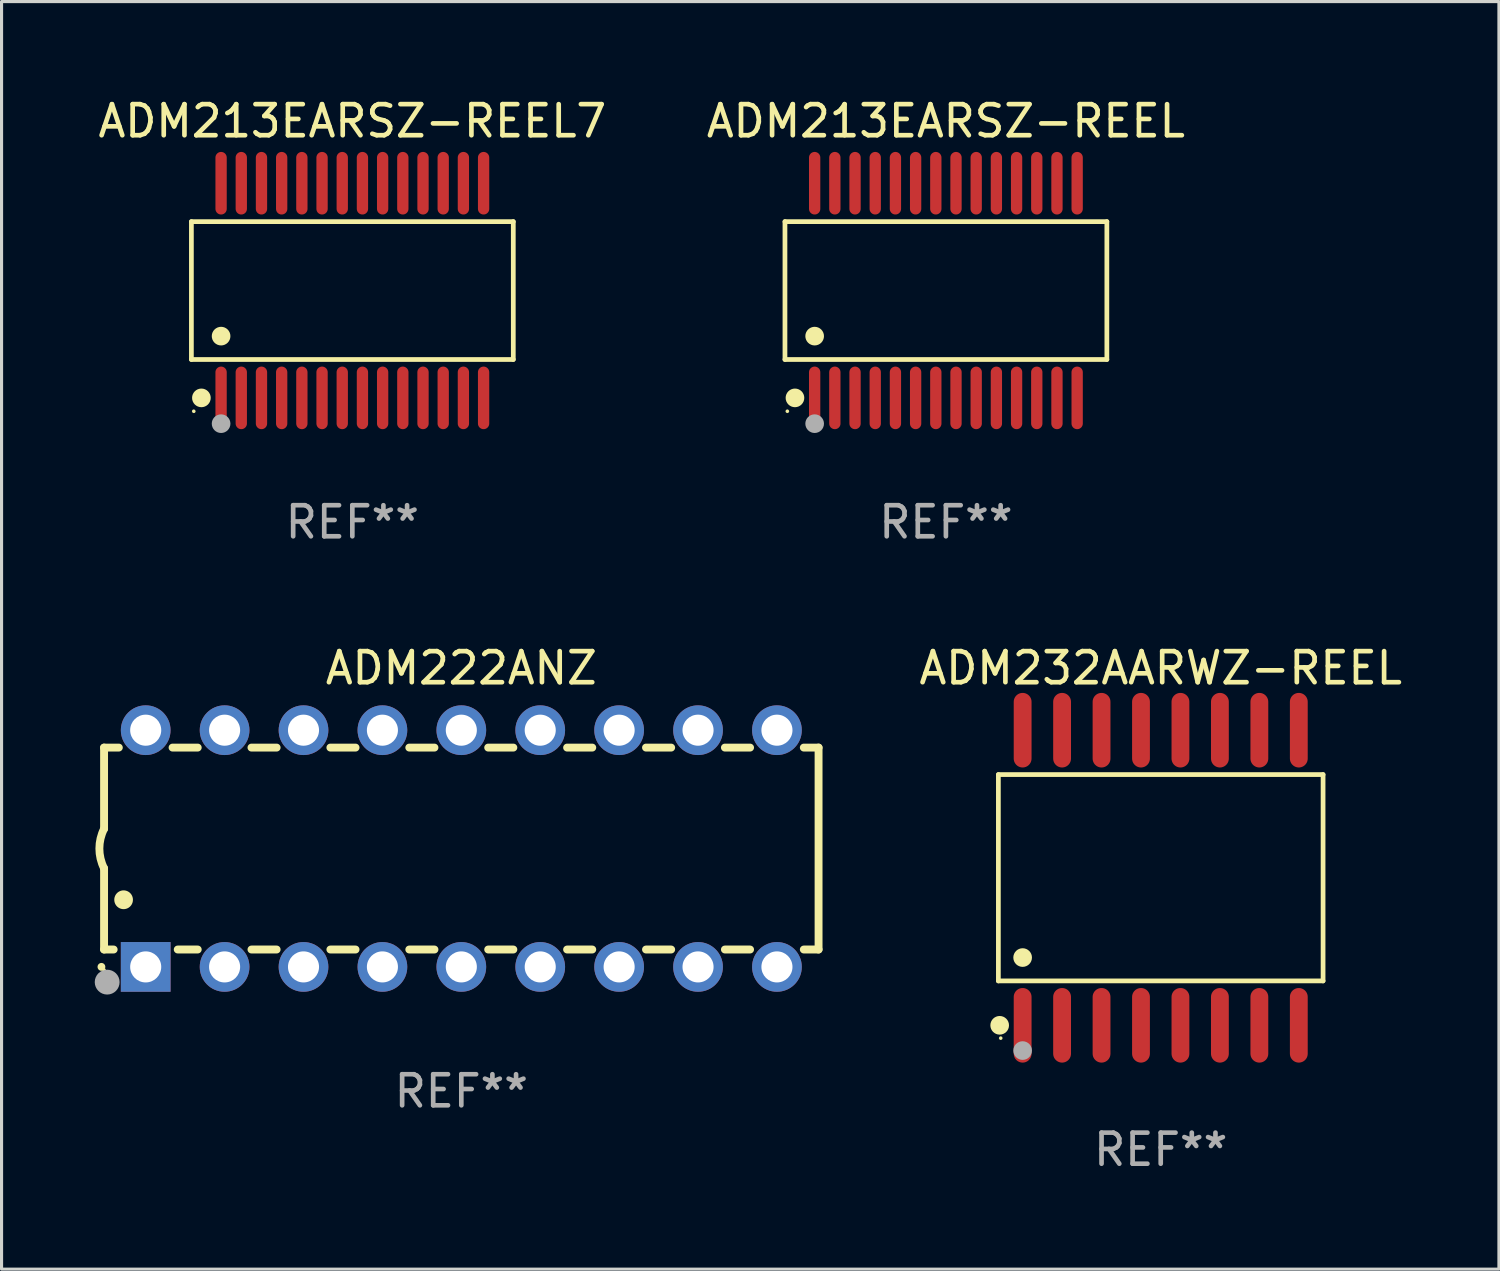
<source format=kicad_pcb>
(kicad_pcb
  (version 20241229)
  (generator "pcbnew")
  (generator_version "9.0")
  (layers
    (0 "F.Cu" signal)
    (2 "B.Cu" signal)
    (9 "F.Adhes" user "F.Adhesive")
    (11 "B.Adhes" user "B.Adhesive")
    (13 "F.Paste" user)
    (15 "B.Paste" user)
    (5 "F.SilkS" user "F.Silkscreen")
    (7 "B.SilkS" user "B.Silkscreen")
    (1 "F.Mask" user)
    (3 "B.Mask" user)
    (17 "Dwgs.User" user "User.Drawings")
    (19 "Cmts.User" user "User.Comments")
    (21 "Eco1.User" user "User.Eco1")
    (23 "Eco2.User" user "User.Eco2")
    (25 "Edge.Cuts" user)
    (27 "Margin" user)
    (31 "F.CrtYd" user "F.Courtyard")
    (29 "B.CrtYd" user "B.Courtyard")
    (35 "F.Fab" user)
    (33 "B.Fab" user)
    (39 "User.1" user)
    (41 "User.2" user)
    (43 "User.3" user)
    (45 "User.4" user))
  (footprint "ADM213EARSZ-REEL"
    (layer "F.Cu")
    (at 27.399 6.303)
    (property "Reference" "ADM213EARSZ-REEL" (at 0 -5.455 0) (layer "F.SilkS") (effects (font (size 1 1) (thickness 0.15))))
    (attr through_hole)
    (fp_line (start -5.181 -2.219) (end 5.181 -2.219) (stroke (width 0.152) (type solid)) (layer "F.SilkS"))
    (fp_line (start -5.181 2.219) (end -5.181 -2.219) (stroke (width 0.152) (type solid)) (layer "F.SilkS"))
    (fp_line (start 5.181 -2.219) (end 5.181 2.219) (stroke (width 0.152) (type solid)) (layer "F.SilkS"))
    (fp_line (start 5.181 2.219) (end -5.181 2.219) (stroke (width 0.152) (type solid)) (layer "F.SilkS"))
    (fp_circle (center -5.105 3.885) (end -5.075 3.885) (stroke (width 0.06) (type solid)) (fill no) (layer "F.SilkS"))
    (fp_circle (center -4.859 3.455) (end -4.709 3.455) (stroke (width 0.3) (type solid)) (fill no) (layer "F.SilkS"))
    (fp_circle (center -4.225 1.467) (end -4.075 1.467) (stroke (width 0.3) (type solid)) (fill no) (layer "F.SilkS"))
    (fp_circle (center -4.225 4.285) (end -4.075 4.285) (stroke (width 0.3) (type solid)) (fill no) (layer "F.Fab"))
    (fp_text user "REF**" (at 0 7.455 0) (layer "F.Fab") (effects (font (size 1 1) (thickness 0.15))))
    (pad "1" smd oval (at -4.225 3.455) (size 0.364 2.015) (layers "F.Cu" "F.Mask" "F.Paste"))
    (pad "2" smd oval (at -3.575 3.455) (size 0.364 2.015) (layers "F.Cu" "F.Mask" "F.Paste"))
    (pad "3" smd oval (at -2.925 3.455) (size 0.364 2.015) (layers "F.Cu" "F.Mask" "F.Paste"))
    (pad "4" smd oval (at -2.275 3.455) (size 0.364 2.015) (layers "F.Cu" "F.Mask" "F.Paste"))
    (pad "5" smd oval (at -1.625 3.455) (size 0.364 2.015) (layers "F.Cu" "F.Mask" "F.Paste"))
    (pad "6" smd oval (at -0.975 3.455) (size 0.364 2.015) (layers "F.Cu" "F.Mask" "F.Paste"))
    (pad "7" smd oval (at -0.325 3.455) (size 0.364 2.015) (layers "F.Cu" "F.Mask" "F.Paste"))
    (pad "8" smd oval (at 0.325 3.455) (size 0.364 2.015) (layers "F.Cu" "F.Mask" "F.Paste"))
    (pad "9" smd oval (at 0.975 3.455) (size 0.364 2.015) (layers "F.Cu" "F.Mask" "F.Paste"))
    (pad "10" smd oval (at 1.625 3.455) (size 0.364 2.015) (layers "F.Cu" "F.Mask" "F.Paste"))
    (pad "11" smd oval (at 2.275 3.455) (size 0.364 2.015) (layers "F.Cu" "F.Mask" "F.Paste"))
    (pad "12" smd oval (at 2.925 3.455) (size 0.364 2.015) (layers "F.Cu" "F.Mask" "F.Paste"))
    (pad "13" smd oval (at 3.575 3.455) (size 0.364 2.015) (layers "F.Cu" "F.Mask" "F.Paste"))
    (pad "14" smd oval (at 4.225 3.455) (size 0.364 2.015) (layers "F.Cu" "F.Mask" "F.Paste"))
    (pad "15" smd oval (at 4.225 -3.455) (size 0.364 2.015) (layers "F.Cu" "F.Mask" "F.Paste"))
    (pad "16" smd oval (at 3.575 -3.455) (size 0.364 2.015) (layers "F.Cu" "F.Mask" "F.Paste"))
    (pad "17" smd oval (at 2.925 -3.455) (size 0.364 2.015) (layers "F.Cu" "F.Mask" "F.Paste"))
    (pad "18" smd oval (at 2.275 -3.455) (size 0.364 2.015) (layers "F.Cu" "F.Mask" "F.Paste"))
    (pad "19" smd oval (at 1.625 -3.455) (size 0.364 2.015) (layers "F.Cu" "F.Mask" "F.Paste"))
    (pad "20" smd oval (at 0.975 -3.455) (size 0.364 2.015) (layers "F.Cu" "F.Mask" "F.Paste"))
    (pad "21" smd oval (at 0.325 -3.455) (size 0.364 2.015) (layers "F.Cu" "F.Mask" "F.Paste"))
    (pad "22" smd oval (at -0.325 -3.455) (size 0.364 2.015) (layers "F.Cu" "F.Mask" "F.Paste"))
    (pad "23" smd oval (at -0.975 -3.455) (size 0.364 2.015) (layers "F.Cu" "F.Mask" "F.Paste"))
    (pad "24" smd oval (at -1.625 -3.455) (size 0.364 2.015) (layers "F.Cu" "F.Mask" "F.Paste"))
    (pad "25" smd oval (at -2.275 -3.455) (size 0.364 2.015) (layers "F.Cu" "F.Mask" "F.Paste"))
    (pad "26" smd oval (at -2.925 -3.455) (size 0.364 2.015) (layers "F.Cu" "F.Mask" "F.Paste"))
    (pad "27" smd oval (at -3.575 -3.455) (size 0.364 2.015) (layers "F.Cu" "F.Mask" "F.Paste"))
    (pad "28" smd oval (at -4.225 -3.455) (size 0.364 2.015) (layers "F.Cu" "F.Mask" "F.Paste")))
  (footprint "ADM232AARWZ-REEL"
    (layer "F.Cu")
    (at 34.314 25.205)
    (property "Reference" "ADM232AARWZ-REEL" (at 0 -6.75 0) (layer "F.SilkS") (effects (font (size 1 1) (thickness 0.15))))
    (attr through_hole)
    (fp_line (start -5.226 -3.321) (end 5.226 -3.321) (stroke (width 0.152) (type solid)) (layer "F.SilkS"))
    (fp_line (start -5.226 3.321) (end -5.226 -3.321) (stroke (width 0.152) (type solid)) (layer "F.SilkS"))
    (fp_line (start 5.226 -3.321) (end 5.226 3.321) (stroke (width 0.152) (type solid)) (layer "F.SilkS"))
    (fp_line (start 5.226 3.321) (end -5.226 3.321) (stroke (width 0.152) (type solid)) (layer "F.SilkS"))
    (fp_circle (center -5.184 4.75) (end -5.034 4.75) (stroke (width 0.3) (type solid)) (fill no) (layer "F.SilkS"))
    (fp_circle (center -5.15 5.163) (end -5.12 5.163) (stroke (width 0.06) (type solid)) (fill no) (layer "F.SilkS"))
    (fp_circle (center -4.445 2.569) (end -4.295 2.569) (stroke (width 0.3) (type solid)) (fill no) (layer "F.SilkS"))
    (fp_circle (center -4.445 5.563) (end -4.295 5.563) (stroke (width 0.3) (type solid)) (fill no) (layer "F.Fab"))
    (fp_text user "REF**" (at 0 8.75 0) (layer "F.Fab") (effects (font (size 1 1) (thickness 0.15))))
    (pad "1" smd oval (at -4.445 4.75) (size 0.574 2.401) (layers "F.Cu" "F.Mask" "F.Paste"))
    (pad "2" smd oval (at -3.175 4.75) (size 0.574 2.401) (layers "F.Cu" "F.Mask" "F.Paste"))
    (pad "3" smd oval (at -1.905 4.75) (size 0.574 2.401) (layers "F.Cu" "F.Mask" "F.Paste"))
    (pad "4" smd oval (at -0.635 4.75) (size 0.574 2.401) (layers "F.Cu" "F.Mask" "F.Paste"))
    (pad "5" smd oval (at 0.635 4.75) (size 0.574 2.401) (layers "F.Cu" "F.Mask" "F.Paste"))
    (pad "6" smd oval (at 1.905 4.75) (size 0.574 2.401) (layers "F.Cu" "F.Mask" "F.Paste"))
    (pad "7" smd oval (at 3.175 4.75) (size 0.574 2.401) (layers "F.Cu" "F.Mask" "F.Paste"))
    (pad "8" smd oval (at 4.445 4.75) (size 0.574 2.401) (layers "F.Cu" "F.Mask" "F.Paste"))
    (pad "9" smd oval (at 4.445 -4.75) (size 0.574 2.401) (layers "F.Cu" "F.Mask" "F.Paste"))
    (pad "10" smd oval (at 3.175 -4.75) (size 0.574 2.401) (layers "F.Cu" "F.Mask" "F.Paste"))
    (pad "11" smd oval (at 1.905 -4.75) (size 0.574 2.401) (layers "F.Cu" "F.Mask" "F.Paste"))
    (pad "12" smd oval (at 0.635 -4.75) (size 0.574 2.401) (layers "F.Cu" "F.Mask" "F.Paste"))
    (pad "13" smd oval (at -0.635 -4.75) (size 0.574 2.401) (layers "F.Cu" "F.Mask" "F.Paste"))
    (pad "14" smd oval (at -1.905 -4.75) (size 0.574 2.401) (layers "F.Cu" "F.Mask" "F.Paste"))
    (pad "15" smd oval (at -3.175 -4.75) (size 0.574 2.401) (layers "F.Cu" "F.Mask" "F.Paste"))
    (pad "16" smd oval (at -4.445 -4.75) (size 0.574 2.401) (layers "F.Cu" "F.Mask" "F.Paste")))
  (footprint "ADM213EARSZ-REEL7"
    (layer "F.Cu")
    (at 8.292 6.303)
    (property "Reference" "ADM213EARSZ-REEL7" (at 0 -5.455 0) (layer "F.SilkS") (effects (font (size 1 1) (thickness 0.15))))
    (attr through_hole)
    (fp_line (start -5.181 -2.219) (end 5.181 -2.219) (stroke (width 0.152) (type solid)) (layer "F.SilkS"))
    (fp_line (start -5.181 2.219) (end -5.181 -2.219) (stroke (width 0.152) (type solid)) (layer "F.SilkS"))
    (fp_line (start 5.181 -2.219) (end 5.181 2.219) (stroke (width 0.152) (type solid)) (layer "F.SilkS"))
    (fp_line (start 5.181 2.219) (end -5.181 2.219) (stroke (width 0.152) (type solid)) (layer "F.SilkS"))
    (fp_circle (center -5.105 3.885) (end -5.075 3.885) (stroke (width 0.06) (type solid)) (fill no) (layer "F.SilkS"))
    (fp_circle (center -4.859 3.455) (end -4.709 3.455) (stroke (width 0.3) (type solid)) (fill no) (layer "F.SilkS"))
    (fp_circle (center -4.225 1.467) (end -4.075 1.467) (stroke (width 0.3) (type solid)) (fill no) (layer "F.SilkS"))
    (fp_circle (center -4.225 4.285) (end -4.075 4.285) (stroke (width 0.3) (type solid)) (fill no) (layer "F.Fab"))
    (fp_text user "REF**" (at 0 7.455 0) (layer "F.Fab") (effects (font (size 1 1) (thickness 0.15))))
    (pad "1" smd oval (at -4.225 3.455) (size 0.364 2.015) (layers "F.Cu" "F.Mask" "F.Paste"))
    (pad "2" smd oval (at -3.575 3.455) (size 0.364 2.015) (layers "F.Cu" "F.Mask" "F.Paste"))
    (pad "3" smd oval (at -2.925 3.455) (size 0.364 2.015) (layers "F.Cu" "F.Mask" "F.Paste"))
    (pad "4" smd oval (at -2.275 3.455) (size 0.364 2.015) (layers "F.Cu" "F.Mask" "F.Paste"))
    (pad "5" smd oval (at -1.625 3.455) (size 0.364 2.015) (layers "F.Cu" "F.Mask" "F.Paste"))
    (pad "6" smd oval (at -0.975 3.455) (size 0.364 2.015) (layers "F.Cu" "F.Mask" "F.Paste"))
    (pad "7" smd oval (at -0.325 3.455) (size 0.364 2.015) (layers "F.Cu" "F.Mask" "F.Paste"))
    (pad "8" smd oval (at 0.325 3.455) (size 0.364 2.015) (layers "F.Cu" "F.Mask" "F.Paste"))
    (pad "9" smd oval (at 0.975 3.455) (size 0.364 2.015) (layers "F.Cu" "F.Mask" "F.Paste"))
    (pad "10" smd oval (at 1.625 3.455) (size 0.364 2.015) (layers "F.Cu" "F.Mask" "F.Paste"))
    (pad "11" smd oval (at 2.275 3.455) (size 0.364 2.015) (layers "F.Cu" "F.Mask" "F.Paste"))
    (pad "12" smd oval (at 2.925 3.455) (size 0.364 2.015) (layers "F.Cu" "F.Mask" "F.Paste"))
    (pad "13" smd oval (at 3.575 3.455) (size 0.364 2.015) (layers "F.Cu" "F.Mask" "F.Paste"))
    (pad "14" smd oval (at 4.225 3.455) (size 0.364 2.015) (layers "F.Cu" "F.Mask" "F.Paste"))
    (pad "15" smd oval (at 4.225 -3.455) (size 0.364 2.015) (layers "F.Cu" "F.Mask" "F.Paste"))
    (pad "16" smd oval (at 3.575 -3.455) (size 0.364 2.015) (layers "F.Cu" "F.Mask" "F.Paste"))
    (pad "17" smd oval (at 2.925 -3.455) (size 0.364 2.015) (layers "F.Cu" "F.Mask" "F.Paste"))
    (pad "18" smd oval (at 2.275 -3.455) (size 0.364 2.015) (layers "F.Cu" "F.Mask" "F.Paste"))
    (pad "19" smd oval (at 1.625 -3.455) (size 0.364 2.015) (layers "F.Cu" "F.Mask" "F.Paste"))
    (pad "20" smd oval (at 0.975 -3.455) (size 0.364 2.015) (layers "F.Cu" "F.Mask" "F.Paste"))
    (pad "21" smd oval (at 0.325 -3.455) (size 0.364 2.015) (layers "F.Cu" "F.Mask" "F.Paste"))
    (pad "22" smd oval (at -0.325 -3.455) (size 0.364 2.015) (layers "F.Cu" "F.Mask" "F.Paste"))
    (pad "23" smd oval (at -0.975 -3.455) (size 0.364 2.015) (layers "F.Cu" "F.Mask" "F.Paste"))
    (pad "24" smd oval (at -1.625 -3.455) (size 0.364 2.015) (layers "F.Cu" "F.Mask" "F.Paste"))
    (pad "25" smd oval (at -2.275 -3.455) (size 0.364 2.015) (layers "F.Cu" "F.Mask" "F.Paste"))
    (pad "26" smd oval (at -2.925 -3.455) (size 0.364 2.015) (layers "F.Cu" "F.Mask" "F.Paste"))
    (pad "27" smd oval (at -3.575 -3.455) (size 0.364 2.015) (layers "F.Cu" "F.Mask" "F.Paste"))
    (pad "28" smd oval (at -4.225 -3.455) (size 0.364 2.015) (layers "F.Cu" "F.Mask" "F.Paste")))
  (footprint "ADM222ANZ"
    (layer "F.Cu")
    (at 11.8 24.265)
    (property "Reference" "ADM222ANZ" (at 0 -5.81 0) (layer "F.SilkS") (effects (font (size 1 1) (thickness 0.15))))
    (attr through_hole)
    (fp_line (start -11.5 -3.25) (end -11.5 -0.635) (stroke (width 0.254) (type solid)) (layer "F.SilkS"))
    (fp_line (start -11.5 3.25) (end -11.5 0.635) (stroke (width 0.254) (type solid)) (layer "F.SilkS"))
    (fp_line (start -11.5 3.25) (end -11.191 3.25) (stroke (width 0.254) (type solid)) (layer "F.SilkS"))
    (fp_line (start -11.025 -3.25) (end -11.5 -3.25) (stroke (width 0.254) (type solid)) (layer "F.SilkS"))
    (fp_line (start -9.129 3.25) (end -8.485 3.25) (stroke (width 0.254) (type solid)) (layer "F.SilkS"))
    (fp_line (start -8.485 -3.25) (end -9.295 -3.25) (stroke (width 0.254) (type solid)) (layer "F.SilkS"))
    (fp_line (start -6.755 3.25) (end -5.945 3.25) (stroke (width 0.254) (type solid)) (layer "F.SilkS"))
    (fp_line (start -5.945 -3.25) (end -6.755 -3.25) (stroke (width 0.254) (type solid)) (layer "F.SilkS"))
    (fp_line (start -4.215 3.25) (end -3.405 3.25) (stroke (width 0.254) (type solid)) (layer "F.SilkS"))
    (fp_line (start -3.405 -3.25) (end -4.215 -3.25) (stroke (width 0.254) (type solid)) (layer "F.SilkS"))
    (fp_line (start -1.675 3.25) (end -0.865 3.25) (stroke (width 0.254) (type solid)) (layer "F.SilkS"))
    (fp_line (start -0.865 -3.25) (end -1.675 -3.25) (stroke (width 0.254) (type solid)) (layer "F.SilkS"))
    (fp_line (start 0.865 3.25) (end 1.675 3.25) (stroke (width 0.254) (type solid)) (layer "F.SilkS"))
    (fp_line (start 1.675 -3.25) (end 0.865 -3.25) (stroke (width 0.254) (type solid)) (layer "F.SilkS"))
    (fp_line (start 3.405 3.25) (end 4.215 3.25) (stroke (width 0.254) (type solid)) (layer "F.SilkS"))
    (fp_line (start 4.215 -3.25) (end 3.405 -3.25) (stroke (width 0.254) (type solid)) (layer "F.SilkS"))
    (fp_line (start 5.945 3.25) (end 6.755 3.25) (stroke (width 0.254) (type solid)) (layer "F.SilkS"))
    (fp_line (start 6.755 -3.25) (end 5.945 -3.25) (stroke (width 0.254) (type solid)) (layer "F.SilkS"))
    (fp_line (start 8.485 3.25) (end 9.295 3.25) (stroke (width 0.254) (type solid)) (layer "F.SilkS"))
    (fp_line (start 9.295 -3.25) (end 8.485 -3.25) (stroke (width 0.254) (type solid)) (layer "F.SilkS"))
    (fp_line (start 11.025 3.25) (end 11.5 3.25) (stroke (width 0.254) (type solid)) (layer "F.SilkS"))
    (fp_line (start 11.5 -3.25) (end 11.025 -3.25) (stroke (width 0.254) (type solid)) (layer "F.SilkS"))
    (fp_line (start 11.5 -3.25) (end 11.5 3.25) (stroke (width 0.254) (type solid)) (layer "F.SilkS"))
    (fp_arc (start -11.584963 3.810008) (mid -11.58497 3.808738) (end -11.584963 3.807468) (stroke (width 0.25) (type solid)) (layer "F.SilkS"))
    (fp_arc (start -11.501143 0.635001) (mid -11.650665 -0.000132) (end -11.500025 -0.635001) (stroke (width 0.254001) (type solid)) (layer "F.SilkS"))
    (fp_arc (start -10.871222 1.651003) (mid -10.871233 1.648463) (end -10.871222 1.645923) (stroke (width 0.6) (type solid)) (layer "F.SilkS"))
    (fp_circle (center -11.5 3.91) (end -11.47 3.91) (stroke (width 0.06) (type solid)) (fill no) (layer "F.SilkS"))
    (fp_circle (center -11.4 4.3) (end -11.2 4.3) (stroke (width 0.4) (type solid)) (fill no) (layer "F.Fab"))
    (fp_text user "REF**" (at 0 7.81 0) (layer "F.Fab") (effects (font (size 1 1) (thickness 0.15))))
    (pad "1" thru_hole rect (at -10.16 3.81 90) (size 1.6 1.6) (drill 1) (layers "*.Cu" "*.Mask"))
    (pad "2" thru_hole circle (at -7.62 3.81 90) (size 1.6 1.6) (drill 1) (layers "*.Cu" "*.Mask"))
    (pad "3" thru_hole circle (at -5.08 3.81 90) (size 1.6 1.6) (drill 1) (layers "*.Cu" "*.Mask"))
    (pad "4" thru_hole circle (at -2.54 3.81 90) (size 1.6 1.6) (drill 1) (layers "*.Cu" "*.Mask"))
    (pad "5" thru_hole circle (at 0 3.81 90) (size 1.6 1.6) (drill 1) (layers "*.Cu" "*.Mask"))
    (pad "6" thru_hole circle (at 2.54 3.81 90) (size 1.6 1.6) (drill 1) (layers "*.Cu" "*.Mask"))
    (pad "7" thru_hole circle (at 5.08 3.81 90) (size 1.6 1.6) (drill 1) (layers "*.Cu" "*.Mask"))
    (pad "8" thru_hole circle (at 7.62 3.81 90) (size 1.6 1.6) (drill 1) (layers "*.Cu" "*.Mask"))
    (pad "9" thru_hole circle (at 10.16 3.81 90) (size 1.6 1.6) (drill 1) (layers "*.Cu" "*.Mask"))
    (pad "10" thru_hole circle (at 10.16 -3.81 90) (size 1.6 1.6) (drill 1) (layers "*.Cu" "*.Mask"))
    (pad "11" thru_hole circle (at 7.62 -3.81 90) (size 1.6 1.6) (drill 1) (layers "*.Cu" "*.Mask"))
    (pad "12" thru_hole circle (at 5.08 -3.81 90) (size 1.6 1.6) (drill 1) (layers "*.Cu" "*.Mask"))
    (pad "13" thru_hole circle (at 2.54 -3.81 90) (size 1.6 1.6) (drill 1) (layers "*.Cu" "*.Mask"))
    (pad "14" thru_hole circle (at 0 -3.81 90) (size 1.6 1.6) (drill 1) (layers "*.Cu" "*.Mask"))
    (pad "15" thru_hole circle (at -2.54 -3.81 90) (size 1.6 1.6) (drill 1) (layers "*.Cu" "*.Mask"))
    (pad "16" thru_hole circle (at -5.08 -3.81 90) (size 1.6 1.6) (drill 1) (layers "*.Cu" "*.Mask"))
    (pad "17" thru_hole circle (at -7.62 -3.81 90) (size 1.6 1.6) (drill 1) (layers "*.Cu" "*.Mask"))
    (pad "18" thru_hole circle (at -10.16 -3.81 90) (size 1.6 1.6) (drill 1) (layers "*.Cu" "*.Mask")))
  (gr_rect
    (start -3 -3)
    (end 45.201 37.804)
    (stroke (width 0.1) (type default))
    (fill no)
    (layer "Edge.Cuts")))
</source>
